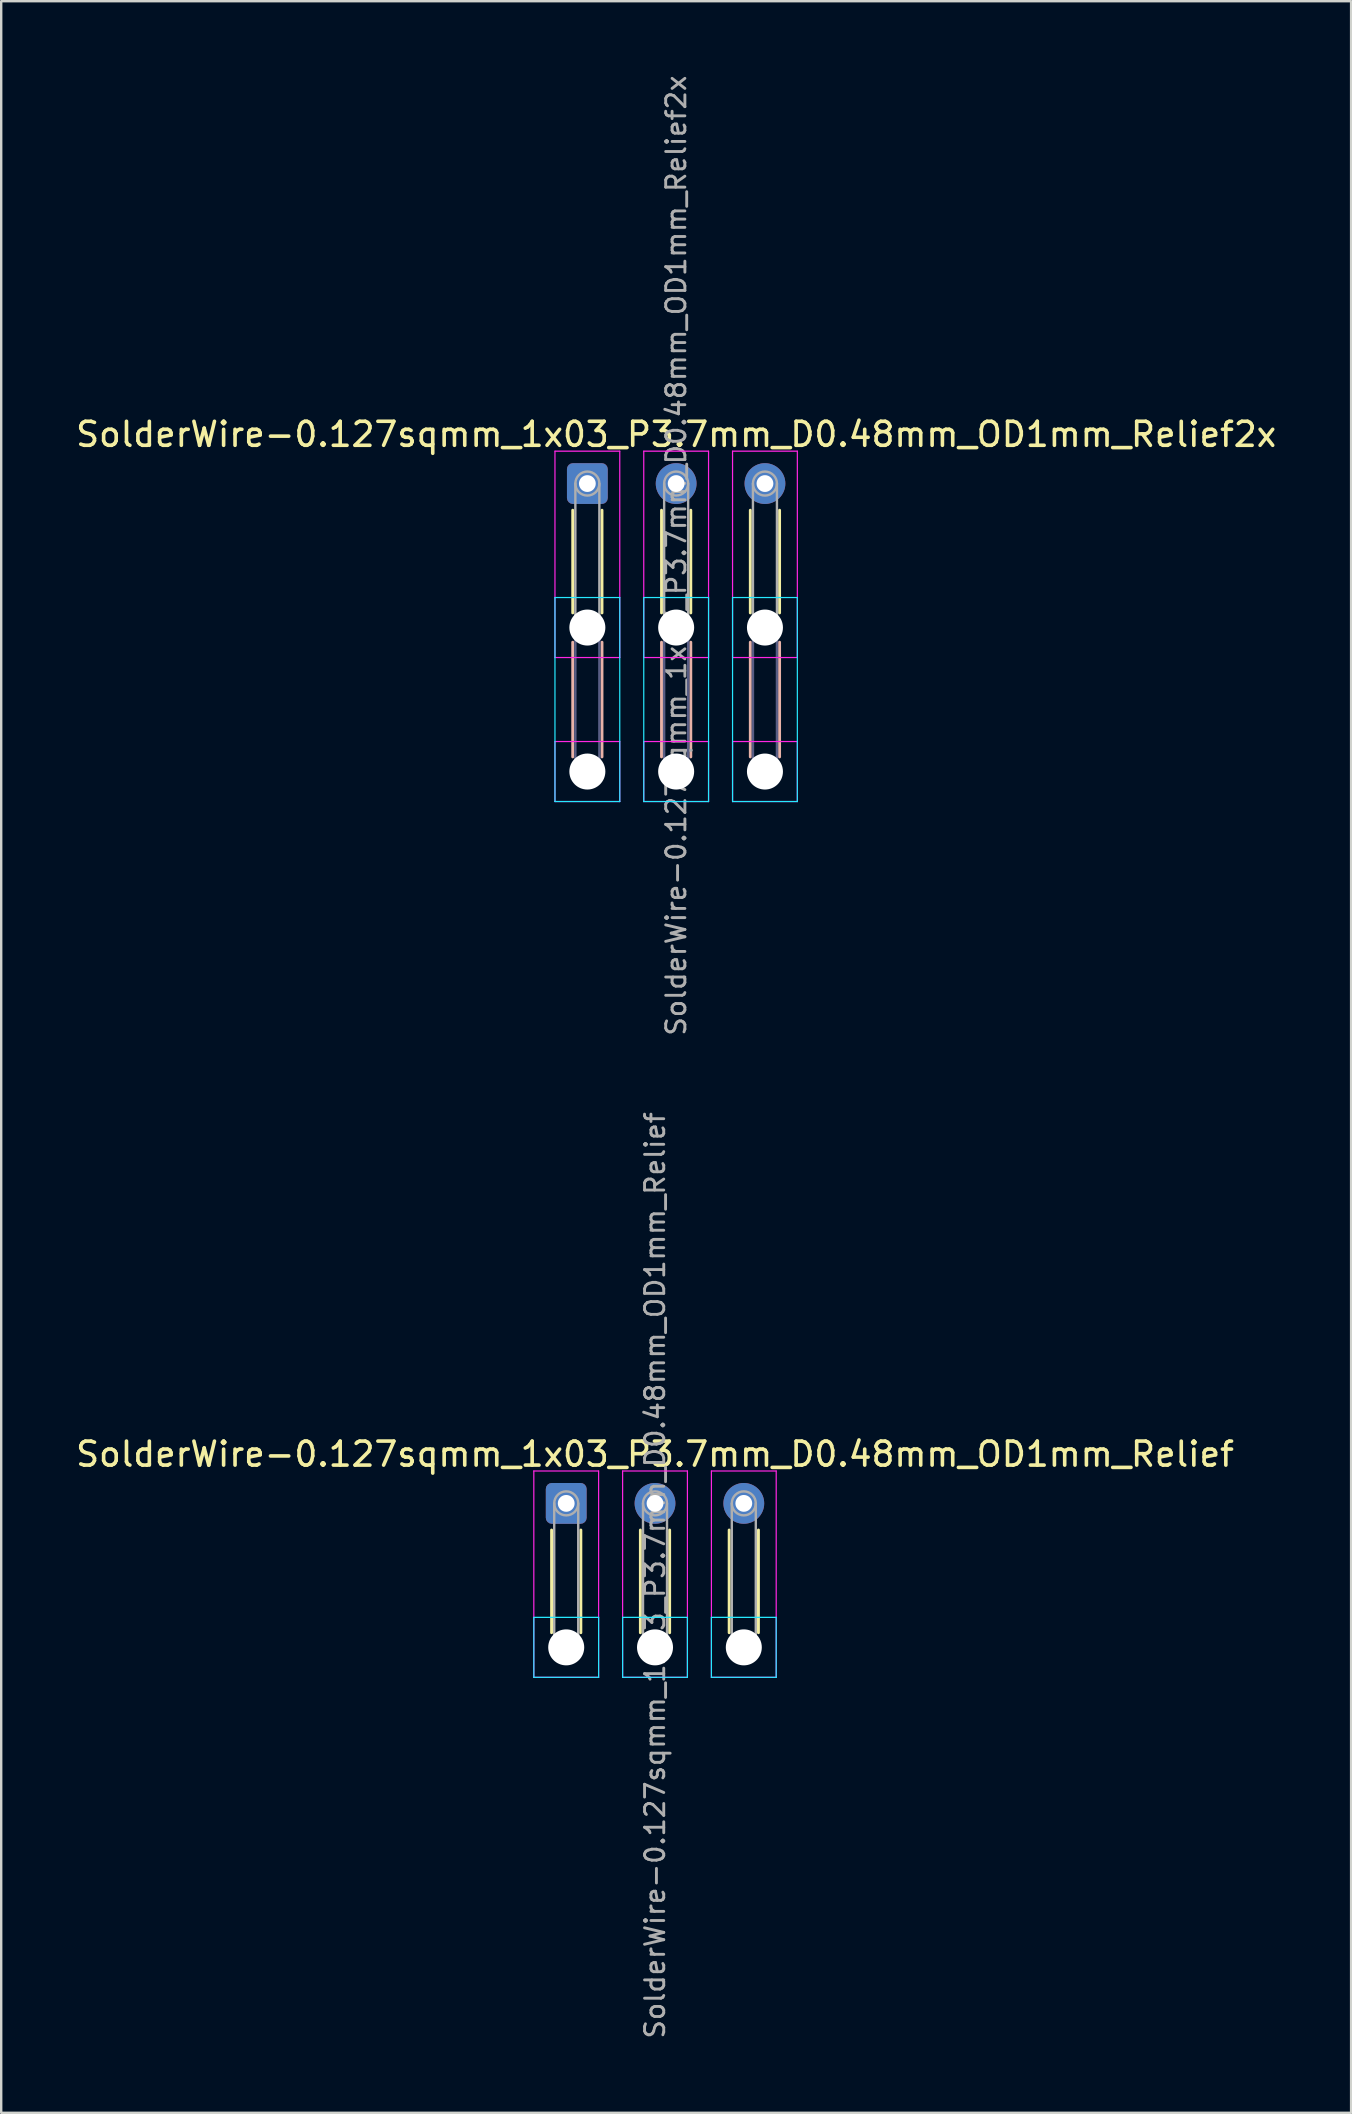
<source format=kicad_pcb>
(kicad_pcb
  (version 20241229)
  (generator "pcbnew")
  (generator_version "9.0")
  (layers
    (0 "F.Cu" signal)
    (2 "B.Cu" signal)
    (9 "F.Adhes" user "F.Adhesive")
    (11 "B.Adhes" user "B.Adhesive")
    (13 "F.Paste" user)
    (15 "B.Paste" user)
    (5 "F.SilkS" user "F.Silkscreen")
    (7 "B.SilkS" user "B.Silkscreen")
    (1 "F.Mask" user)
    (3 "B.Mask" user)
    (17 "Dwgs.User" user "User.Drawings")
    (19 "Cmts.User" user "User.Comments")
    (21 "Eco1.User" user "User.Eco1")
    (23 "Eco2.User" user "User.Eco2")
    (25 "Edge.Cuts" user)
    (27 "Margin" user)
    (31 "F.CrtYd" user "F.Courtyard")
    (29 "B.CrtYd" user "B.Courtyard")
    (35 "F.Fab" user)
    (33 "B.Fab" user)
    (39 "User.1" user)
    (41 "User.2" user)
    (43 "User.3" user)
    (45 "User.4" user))
  (footprint "SolderWire-0.127sqmm_1x03_P3.7mm_D0.48mm_OD1mm_Relief2x"
    (layer "F.Cu")
    (at 21.425 17.1)
    (property "Reference" "SolderWire-0.127sqmm_1x03_P3.7mm_D0.48mm_OD1mm_Relief2x" (at 3.7 -2.05 0) (layer "F.SilkS") (effects (font (size 1 1) (thickness 0.15))))
    (attr exclude_from_pos_files exclude_from_bom)
    (fp_line (start -0.61 1.11) (end -0.61 5.39) (stroke (width 0.12) (type solid)) (layer "F.SilkS"))
    (fp_line (start 0.61 1.11) (end 0.61 5.39) (stroke (width 0.12) (type solid)) (layer "F.SilkS"))
    (fp_line (start 3.09 1.11) (end 3.09 5.39) (stroke (width 0.12) (type solid)) (layer "F.SilkS"))
    (fp_line (start 4.31 1.11) (end 4.31 5.39) (stroke (width 0.12) (type solid)) (layer "F.SilkS"))
    (fp_line (start 6.79 1.11) (end 6.79 5.39) (stroke (width 0.12) (type solid)) (layer "F.SilkS"))
    (fp_line (start 8.01 1.11) (end 8.01 5.39) (stroke (width 0.12) (type solid)) (layer "F.SilkS"))
    (fp_line (start -0.61 6.61) (end -0.61 11.39) (stroke (width 0.12) (type solid)) (layer "B.SilkS"))
    (fp_line (start 0.61 6.61) (end 0.61 11.39) (stroke (width 0.12) (type solid)) (layer "B.SilkS"))
    (fp_line (start 3.09 6.61) (end 3.09 11.39) (stroke (width 0.12) (type solid)) (layer "B.SilkS"))
    (fp_line (start 4.31 6.61) (end 4.31 11.39) (stroke (width 0.12) (type solid)) (layer "B.SilkS"))
    (fp_line (start 6.79 6.61) (end 6.79 11.39) (stroke (width 0.12) (type solid)) (layer "B.SilkS"))
    (fp_line (start 8.01 6.61) (end 8.01 11.39) (stroke (width 0.12) (type solid)) (layer "B.SilkS"))
    (fp_line (start -1.35 4.75) (end -1.35 13.25) (stroke (width 0.05) (type solid)) (layer "B.CrtYd"))
    (fp_line (start -1.35 13.25) (end 1.35 13.25) (stroke (width 0.05) (type solid)) (layer "B.CrtYd"))
    (fp_line (start 1.35 4.75) (end -1.35 4.75) (stroke (width 0.05) (type solid)) (layer "B.CrtYd"))
    (fp_line (start 1.35 13.25) (end 1.35 4.75) (stroke (width 0.05) (type solid)) (layer "B.CrtYd"))
    (fp_line (start 2.35 4.75) (end 2.35 13.25) (stroke (width 0.05) (type solid)) (layer "B.CrtYd"))
    (fp_line (start 2.35 13.25) (end 5.05 13.25) (stroke (width 0.05) (type solid)) (layer "B.CrtYd"))
    (fp_line (start 5.05 4.75) (end 2.35 4.75) (stroke (width 0.05) (type solid)) (layer "B.CrtYd"))
    (fp_line (start 5.05 13.25) (end 5.05 4.75) (stroke (width 0.05) (type solid)) (layer "B.CrtYd"))
    (fp_line (start 6.05 4.75) (end 6.05 13.25) (stroke (width 0.05) (type solid)) (layer "B.CrtYd"))
    (fp_line (start 6.05 13.25) (end 8.75 13.25) (stroke (width 0.05) (type solid)) (layer "B.CrtYd"))
    (fp_line (start 8.75 4.75) (end 6.05 4.75) (stroke (width 0.05) (type solid)) (layer "B.CrtYd"))
    (fp_line (start 8.75 13.25) (end 8.75 4.75) (stroke (width 0.05) (type solid)) (layer "B.CrtYd"))
    (fp_line (start -1.35 -1.35) (end -1.35 7.25) (stroke (width 0.05) (type solid)) (layer "F.CrtYd"))
    (fp_line (start -1.35 7.25) (end 1.35 7.25) (stroke (width 0.05) (type solid)) (layer "F.CrtYd"))
    (fp_line (start -1.35 10.75) (end -1.35 13.25) (stroke (width 0.05) (type solid)) (layer "F.CrtYd"))
    (fp_line (start -1.35 13.25) (end 1.35 13.25) (stroke (width 0.05) (type solid)) (layer "F.CrtYd"))
    (fp_line (start 1.35 -1.35) (end -1.35 -1.35) (stroke (width 0.05) (type solid)) (layer "F.CrtYd"))
    (fp_line (start 1.35 7.25) (end 1.35 -1.35) (stroke (width 0.05) (type solid)) (layer "F.CrtYd"))
    (fp_line (start 1.35 10.75) (end -1.35 10.75) (stroke (width 0.05) (type solid)) (layer "F.CrtYd"))
    (fp_line (start 1.35 13.25) (end 1.35 10.75) (stroke (width 0.05) (type solid)) (layer "F.CrtYd"))
    (fp_line (start 2.35 -1.35) (end 2.35 7.25) (stroke (width 0.05) (type solid)) (layer "F.CrtYd"))
    (fp_line (start 2.35 7.25) (end 5.05 7.25) (stroke (width 0.05) (type solid)) (layer "F.CrtYd"))
    (fp_line (start 2.35 10.75) (end 2.35 13.25) (stroke (width 0.05) (type solid)) (layer "F.CrtYd"))
    (fp_line (start 2.35 13.25) (end 5.05 13.25) (stroke (width 0.05) (type solid)) (layer "F.CrtYd"))
    (fp_line (start 5.05 -1.35) (end 2.35 -1.35) (stroke (width 0.05) (type solid)) (layer "F.CrtYd"))
    (fp_line (start 5.05 7.25) (end 5.05 -1.35) (stroke (width 0.05) (type solid)) (layer "F.CrtYd"))
    (fp_line (start 5.05 10.75) (end 2.35 10.75) (stroke (width 0.05) (type solid)) (layer "F.CrtYd"))
    (fp_line (start 5.05 13.25) (end 5.05 10.75) (stroke (width 0.05) (type solid)) (layer "F.CrtYd"))
    (fp_line (start 6.05 -1.35) (end 6.05 7.25) (stroke (width 0.05) (type solid)) (layer "F.CrtYd"))
    (fp_line (start 6.05 7.25) (end 8.75 7.25) (stroke (width 0.05) (type solid)) (layer "F.CrtYd"))
    (fp_line (start 6.05 10.75) (end 6.05 13.25) (stroke (width 0.05) (type solid)) (layer "F.CrtYd"))
    (fp_line (start 6.05 13.25) (end 8.75 13.25) (stroke (width 0.05) (type solid)) (layer "F.CrtYd"))
    (fp_line (start 8.75 -1.35) (end 6.05 -1.35) (stroke (width 0.05) (type solid)) (layer "F.CrtYd"))
    (fp_line (start 8.75 7.25) (end 8.75 -1.35) (stroke (width 0.05) (type solid)) (layer "F.CrtYd"))
    (fp_line (start 8.75 10.75) (end 6.05 10.75) (stroke (width 0.05) (type solid)) (layer "F.CrtYd"))
    (fp_line (start 8.75 13.25) (end 8.75 10.75) (stroke (width 0.05) (type solid)) (layer "F.CrtYd"))
    (fp_line (start -0.5 6) (end -0.5 12) (stroke (width 0.1) (type solid)) (layer "B.Fab"))
    (fp_line (start 0.5 6) (end 0.5 12) (stroke (width 0.1) (type solid)) (layer "B.Fab"))
    (fp_line (start 3.2 6) (end 3.2 12) (stroke (width 0.1) (type solid)) (layer "B.Fab"))
    (fp_line (start 4.2 6) (end 4.2 12) (stroke (width 0.1) (type solid)) (layer "B.Fab"))
    (fp_line (start 6.9 6) (end 6.9 12) (stroke (width 0.1) (type solid)) (layer "B.Fab"))
    (fp_line (start 7.9 6) (end 7.9 12) (stroke (width 0.1) (type solid)) (layer "B.Fab"))
    (fp_circle (center 0 6) (end 0.5 6) (stroke (width 0.1) (type solid)) (fill no) (layer "B.Fab"))
    (fp_circle (center 0 12) (end 0.5 12) (stroke (width 0.1) (type solid)) (fill no) (layer "B.Fab"))
    (fp_circle (center 3.7 6) (end 4.2 6) (stroke (width 0.1) (type solid)) (fill no) (layer "B.Fab"))
    (fp_circle (center 3.7 12) (end 4.2 12) (stroke (width 0.1) (type solid)) (fill no) (layer "B.Fab"))
    (fp_circle (center 7.4 6) (end 7.9 6) (stroke (width 0.1) (type solid)) (fill no) (layer "B.Fab"))
    (fp_circle (center 7.4 12) (end 7.9 12) (stroke (width 0.1) (type solid)) (fill no) (layer "B.Fab"))
    (fp_line (start -0.5 0) (end -0.5 6) (stroke (width 0.1) (type solid)) (layer "F.Fab"))
    (fp_line (start 0.5 0) (end 0.5 6) (stroke (width 0.1) (type solid)) (layer "F.Fab"))
    (fp_line (start 3.2 0) (end 3.2 6) (stroke (width 0.1) (type solid)) (layer "F.Fab"))
    (fp_line (start 4.2 0) (end 4.2 6) (stroke (width 0.1) (type solid)) (layer "F.Fab"))
    (fp_line (start 6.9 0) (end 6.9 6) (stroke (width 0.1) (type solid)) (layer "F.Fab"))
    (fp_line (start 7.9 0) (end 7.9 6) (stroke (width 0.1) (type solid)) (layer "F.Fab"))
    (fp_circle (center 0 0) (end 0.5 0) (stroke (width 0.1) (type solid)) (fill no) (layer "F.Fab"))
    (fp_circle (center 0 6) (end 0.5 6) (stroke (width 0.1) (type solid)) (fill no) (layer "F.Fab"))
    (fp_circle (center 0 12) (end 0.5 12) (stroke (width 0.1) (type solid)) (fill no) (layer "F.Fab"))
    (fp_circle (center 3.7 0) (end 4.2 0) (stroke (width 0.1) (type solid)) (fill no) (layer "F.Fab"))
    (fp_circle (center 3.7 6) (end 4.2 6) (stroke (width 0.1) (type solid)) (fill no) (layer "F.Fab"))
    (fp_circle (center 3.7 12) (end 4.2 12) (stroke (width 0.1) (type solid)) (fill no) (layer "F.Fab"))
    (fp_circle (center 7.4 0) (end 7.9 0) (stroke (width 0.1) (type solid)) (fill no) (layer "F.Fab"))
    (fp_circle (center 7.4 6) (end 7.9 6) (stroke (width 0.1) (type solid)) (fill no) (layer "F.Fab"))
    (fp_circle (center 7.4 12) (end 7.9 12) (stroke (width 0.1) (type solid)) (fill no) (layer "F.Fab"))
    (fp_text user "${REFERENCE}" (at 3.7 3 90) (layer "F.Fab") (effects (font (size 0.8 0.8) (thickness 0.12))))
    (pad "" np_thru_hole circle (at 0 6) (size 1.5 1.5) (drill 1.5) (layers "*.Cu" "*.Mask"))
    (pad "" np_thru_hole circle (at 0 12) (size 1.5 1.5) (drill 1.5) (layers "*.Cu" "*.Mask"))
    (pad "" np_thru_hole circle (at 3.7 6) (size 1.5 1.5) (drill 1.5) (layers "*.Cu" "*.Mask"))
    (pad "" np_thru_hole circle (at 3.7 12) (size 1.5 1.5) (drill 1.5) (layers "*.Cu" "*.Mask"))
    (pad "" np_thru_hole circle (at 7.4 6) (size 1.5 1.5) (drill 1.5) (layers "*.Cu" "*.Mask"))
    (pad "" np_thru_hole circle (at 7.4 12) (size 1.5 1.5) (drill 1.5) (layers "*.Cu" "*.Mask"))
    (pad "1" thru_hole roundrect (at 0 0) (size 1.7 1.7) (drill 0.7) (layers "*.Cu" "*.Mask") (roundrect_rratio 0.147))
    (pad "2" thru_hole circle (at 3.7 0) (size 1.7 1.7) (drill 0.7) (layers "*.Cu" "*.Mask"))
    (pad "3" thru_hole circle (at 7.4 0) (size 1.7 1.7) (drill 0.7) (layers "*.Cu" "*.Mask")))
  (footprint "SolderWire-0.127sqmm_1x03_P3.7mm_D0.48mm_OD1mm_Relief"
    (layer "F.Cu")
    (at 20.544 59.595)
    (property "Reference" "SolderWire-0.127sqmm_1x03_P3.7mm_D0.48mm_OD1mm_Relief" (at 3.7 -2.05 0) (layer "F.SilkS") (effects (font (size 1 1) (thickness 0.15))))
    (attr exclude_from_pos_files exclude_from_bom)
    (fp_line (start -0.61 1.11) (end -0.61 5.39) (stroke (width 0.12) (type solid)) (layer "F.SilkS"))
    (fp_line (start 0.61 1.11) (end 0.61 5.39) (stroke (width 0.12) (type solid)) (layer "F.SilkS"))
    (fp_line (start 3.09 1.11) (end 3.09 5.39) (stroke (width 0.12) (type solid)) (layer "F.SilkS"))
    (fp_line (start 4.31 1.11) (end 4.31 5.39) (stroke (width 0.12) (type solid)) (layer "F.SilkS"))
    (fp_line (start 6.79 1.11) (end 6.79 5.39) (stroke (width 0.12) (type solid)) (layer "F.SilkS"))
    (fp_line (start 8.01 1.11) (end 8.01 5.39) (stroke (width 0.12) (type solid)) (layer "F.SilkS"))
    (fp_line (start -1.35 4.75) (end -1.35 7.25) (stroke (width 0.05) (type solid)) (layer "B.CrtYd"))
    (fp_line (start -1.35 7.25) (end 1.35 7.25) (stroke (width 0.05) (type solid)) (layer "B.CrtYd"))
    (fp_line (start 1.35 4.75) (end -1.35 4.75) (stroke (width 0.05) (type solid)) (layer "B.CrtYd"))
    (fp_line (start 1.35 7.25) (end 1.35 4.75) (stroke (width 0.05) (type solid)) (layer "B.CrtYd"))
    (fp_line (start 2.35 4.75) (end 2.35 7.25) (stroke (width 0.05) (type solid)) (layer "B.CrtYd"))
    (fp_line (start 2.35 7.25) (end 5.05 7.25) (stroke (width 0.05) (type solid)) (layer "B.CrtYd"))
    (fp_line (start 5.05 4.75) (end 2.35 4.75) (stroke (width 0.05) (type solid)) (layer "B.CrtYd"))
    (fp_line (start 5.05 7.25) (end 5.05 4.75) (stroke (width 0.05) (type solid)) (layer "B.CrtYd"))
    (fp_line (start 6.05 4.75) (end 6.05 7.25) (stroke (width 0.05) (type solid)) (layer "B.CrtYd"))
    (fp_line (start 6.05 7.25) (end 8.75 7.25) (stroke (width 0.05) (type solid)) (layer "B.CrtYd"))
    (fp_line (start 8.75 4.75) (end 6.05 4.75) (stroke (width 0.05) (type solid)) (layer "B.CrtYd"))
    (fp_line (start 8.75 7.25) (end 8.75 4.75) (stroke (width 0.05) (type solid)) (layer "B.CrtYd"))
    (fp_line (start -1.35 -1.35) (end -1.35 7.25) (stroke (width 0.05) (type solid)) (layer "F.CrtYd"))
    (fp_line (start -1.35 7.25) (end 1.35 7.25) (stroke (width 0.05) (type solid)) (layer "F.CrtYd"))
    (fp_line (start 1.35 -1.35) (end -1.35 -1.35) (stroke (width 0.05) (type solid)) (layer "F.CrtYd"))
    (fp_line (start 1.35 7.25) (end 1.35 -1.35) (stroke (width 0.05) (type solid)) (layer "F.CrtYd"))
    (fp_line (start 2.35 -1.35) (end 2.35 7.25) (stroke (width 0.05) (type solid)) (layer "F.CrtYd"))
    (fp_line (start 2.35 7.25) (end 5.05 7.25) (stroke (width 0.05) (type solid)) (layer "F.CrtYd"))
    (fp_line (start 5.05 -1.35) (end 2.35 -1.35) (stroke (width 0.05) (type solid)) (layer "F.CrtYd"))
    (fp_line (start 5.05 7.25) (end 5.05 -1.35) (stroke (width 0.05) (type solid)) (layer "F.CrtYd"))
    (fp_line (start 6.05 -1.35) (end 6.05 7.25) (stroke (width 0.05) (type solid)) (layer "F.CrtYd"))
    (fp_line (start 6.05 7.25) (end 8.75 7.25) (stroke (width 0.05) (type solid)) (layer "F.CrtYd"))
    (fp_line (start 8.75 -1.35) (end 6.05 -1.35) (stroke (width 0.05) (type solid)) (layer "F.CrtYd"))
    (fp_line (start 8.75 7.25) (end 8.75 -1.35) (stroke (width 0.05) (type solid)) (layer "F.CrtYd"))
    (fp_line (start -0.5 0) (end -0.5 6) (stroke (width 0.1) (type solid)) (layer "F.Fab"))
    (fp_line (start 0.5 0) (end 0.5 6) (stroke (width 0.1) (type solid)) (layer "F.Fab"))
    (fp_line (start 3.2 0) (end 3.2 6) (stroke (width 0.1) (type solid)) (layer "F.Fab"))
    (fp_line (start 4.2 0) (end 4.2 6) (stroke (width 0.1) (type solid)) (layer "F.Fab"))
    (fp_line (start 6.9 0) (end 6.9 6) (stroke (width 0.1) (type solid)) (layer "F.Fab"))
    (fp_line (start 7.9 0) (end 7.9 6) (stroke (width 0.1) (type solid)) (layer "F.Fab"))
    (fp_circle (center 0 0) (end 0.5 0) (stroke (width 0.1) (type solid)) (fill no) (layer "F.Fab"))
    (fp_circle (center 0 6) (end 0.5 6) (stroke (width 0.1) (type solid)) (fill no) (layer "F.Fab"))
    (fp_circle (center 3.7 0) (end 4.2 0) (stroke (width 0.1) (type solid)) (fill no) (layer "F.Fab"))
    (fp_circle (center 3.7 6) (end 4.2 6) (stroke (width 0.1) (type solid)) (fill no) (layer "F.Fab"))
    (fp_circle (center 7.4 0) (end 7.9 0) (stroke (width 0.1) (type solid)) (fill no) (layer "F.Fab"))
    (fp_circle (center 7.4 6) (end 7.9 6) (stroke (width 0.1) (type solid)) (fill no) (layer "F.Fab"))
    (fp_text user "${REFERENCE}" (at 3.7 3 90) (layer "F.Fab") (effects (font (size 0.8 0.8) (thickness 0.12))))
    (pad "" np_thru_hole circle (at 0 6) (size 1.5 1.5) (drill 1.5) (layers "*.Cu" "*.Mask"))
    (pad "" np_thru_hole circle (at 3.7 6) (size 1.5 1.5) (drill 1.5) (layers "*.Cu" "*.Mask"))
    (pad "" np_thru_hole circle (at 7.4 6) (size 1.5 1.5) (drill 1.5) (layers "*.Cu" "*.Mask"))
    (pad "1" thru_hole roundrect (at 0 0) (size 1.7 1.7) (drill 0.7) (layers "*.Cu" "*.Mask") (roundrect_rratio 0.147))
    (pad "2" thru_hole circle (at 3.7 0) (size 1.7 1.7) (drill 0.7) (layers "*.Cu" "*.Mask"))
    (pad "3" thru_hole circle (at 7.4 0) (size 1.7 1.7) (drill 0.7) (layers "*.Cu" "*.Mask")))
  (gr_rect
    (start -3 -3)
    (end 53.25 84.99)
    (stroke (width 0.1) (type default))
    (fill no)
    (layer "Edge.Cuts")))
</source>
